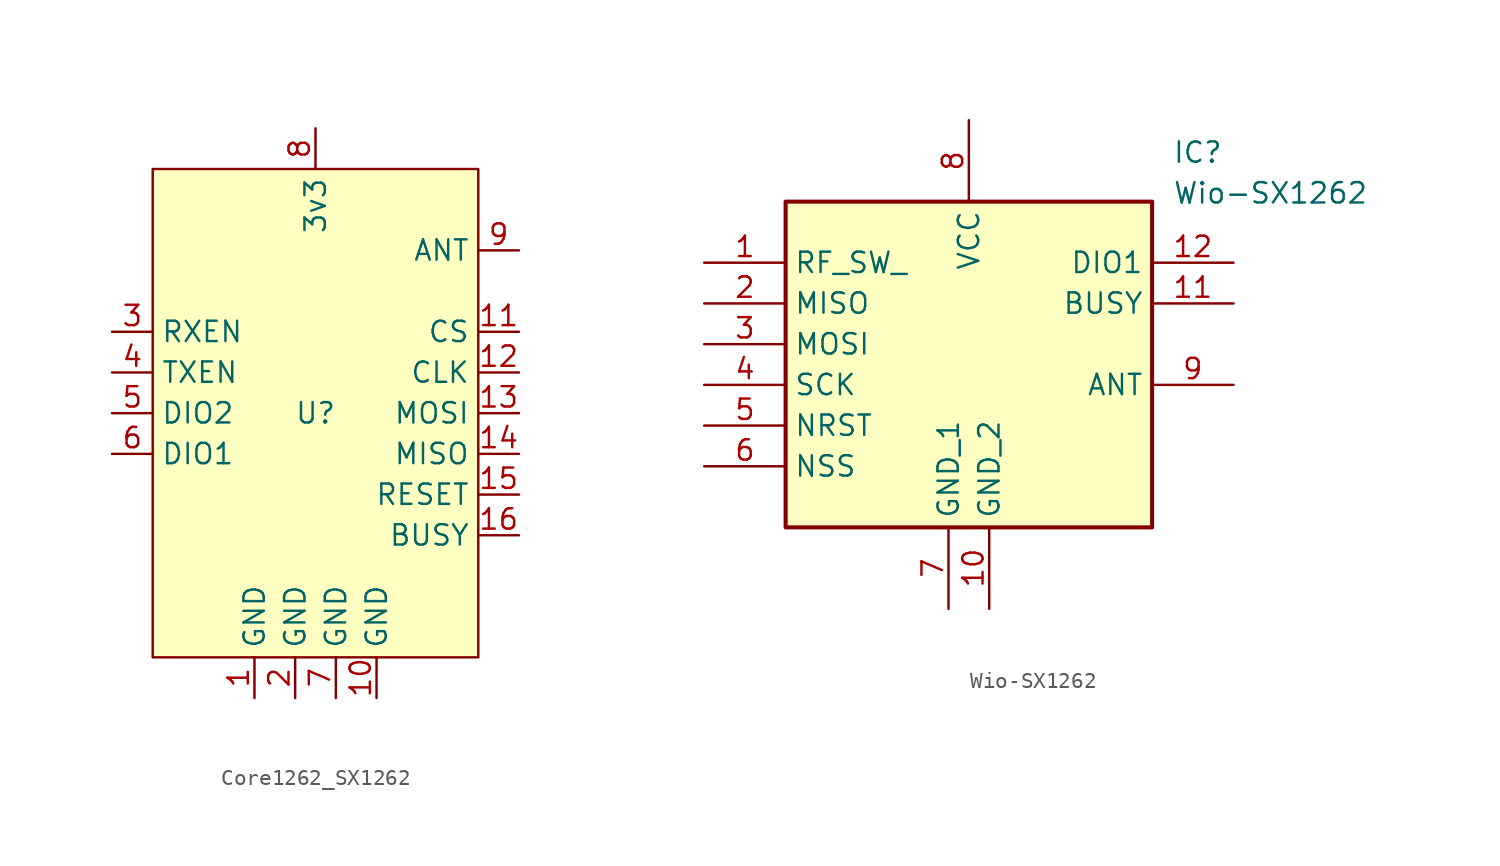
<source format=kicad_sym>
(kicad_symbol_lib
  (version 20241209)
  (generator "kicad_symbol_editor")
  (generator_version "9.0")
  (symbol "Core1262_SX1262"
    (property "Reference" "U"
      (at 0 0 0)
      (effects (font (size 1.27 1.27))))
    (property "Value" ""
      (at 0 0 0)
      (effects (font (size 1.27 1.27))))
    (symbol "Core1262_SX1262_1_1"
      (rectangle (start -10.16 15.24) (end 10.16 -15.24) (stroke (width 0) (type solid)) (fill (type background)))
      (pin input line (at -12.7 5.08 0) (length 2.54) (name "RXEN" (effects (font (size 1.27 1.27)))) (number "3" (effects (font (size 1.27 1.27)))))
      (pin input line (at -12.7 2.54 0) (length 2.54) (name "TXEN" (effects (font (size 1.27 1.27)))) (number "4" (effects (font (size 1.27 1.27)))))
      (pin bidirectional line (at -12.7 0 0) (length 2.54) (name "DIO2" (effects (font (size 1.27 1.27)))) (number "5" (effects (font (size 1.27 1.27)))))
      (pin bidirectional line (at -12.7 -2.54 0) (length 2.54) (name "DIO1" (effects (font (size 1.27 1.27)))) (number "6" (effects (font (size 1.27 1.27)))))
      (pin power_in line (at -3.81 -17.78 90) (length 2.54) (name "GND" (effects (font (size 1.27 1.27)))) (number "1" (effects (font (size 1.27 1.27)))))
      (pin power_in line (at -1.27 -17.78 90) (length 2.54) (name "GND" (effects (font (size 1.27 1.27)))) (number "2" (effects (font (size 1.27 1.27)))))
      (pin power_in line (at 0 17.78 270) (length 2.54) (name "3v3" (effects (font (size 1.27 1.27)))) (number "8" (effects (font (size 1.27 1.27)))))
      (pin power_in line (at 1.27 -17.78 90) (length 2.54) (name "GND" (effects (font (size 1.27 1.27)))) (number "7" (effects (font (size 1.27 1.27)))))
      (pin power_in line (at 3.81 -17.78 90) (length 2.54) (name "GND" (effects (font (size 1.27 1.27)))) (number "10" (effects (font (size 1.27 1.27)))))
      (pin output line (at 12.7 10.16 180) (length 2.54) (name "ANT" (effects (font (size 1.27 1.27)))) (number "9" (effects (font (size 1.27 1.27)))))
      (pin input line (at 12.7 5.08 180) (length 2.54) (name "CS" (effects (font (size 1.27 1.27)))) (number "11" (effects (font (size 1.27 1.27)))))
      (pin input line (at 12.7 2.54 180) (length 2.54) (name "CLK" (effects (font (size 1.27 1.27)))) (number "12" (effects (font (size 1.27 1.27)))))
      (pin input line (at 12.7 0 180) (length 2.54) (name "MOSI" (effects (font (size 1.27 1.27)))) (number "13" (effects (font (size 1.27 1.27)))))
      (pin output line (at 12.7 -2.54 180) (length 2.54) (name "MISO" (effects (font (size 1.27 1.27)))) (number "14" (effects (font (size 1.27 1.27)))))
      (pin input line (at 12.7 -5.08 180) (length 2.54) (name "RESET" (effects (font (size 1.27 1.27)))) (number "15" (effects (font (size 1.27 1.27)))))
      (pin output line (at 12.7 -7.62 180) (length 2.54) (name "BUSY" (effects (font (size 1.27 1.27)))) (number "16" (effects (font (size 1.27 1.27)))))))
  (symbol "Wio-SX1262"
    (property "Reference" "IC"
      (at 29.21 7.62 0)
      (effects (font (size 1.27 1.27)) (justify left top)))
    (property "Value" "Wio-SX1262"
      (at 29.21 5.08 0)
      (effects (font (size 1.27 1.27)) (justify left top)))
    (symbol "Wio-SX1262_1_1"
      (rectangle (start 5.08 3.81) (end 27.94 -16.51) (stroke (width 0.254) (type default)) (fill (type background)))
      (pin passive line (at 0 0 0) (length 5.08) (name "RF_SW_" (effects (font (size 1.27 1.27)))) (number "1" (effects (font (size 1.27 1.27)))))
      (pin passive line (at 0 -2.54 0) (length 5.08) (name "MISO" (effects (font (size 1.27 1.27)))) (number "2" (effects (font (size 1.27 1.27)))))
      (pin passive line (at 0 -5.08 0) (length 5.08) (name "MOSI" (effects (font (size 1.27 1.27)))) (number "3" (effects (font (size 1.27 1.27)))))
      (pin passive line (at 0 -7.62 0) (length 5.08) (name "SCK" (effects (font (size 1.27 1.27)))) (number "4" (effects (font (size 1.27 1.27)))))
      (pin passive line (at 0 -10.16 0) (length 5.08) (name "NRST" (effects (font (size 1.27 1.27)))) (number "5" (effects (font (size 1.27 1.27)))))
      (pin passive line (at 0 -12.7 0) (length 5.08) (name "NSS" (effects (font (size 1.27 1.27)))) (number "6" (effects (font (size 1.27 1.27)))))
      (pin passive line (at 15.24 -21.59 90) (length 5.08) (name "GND_1" (effects (font (size 1.27 1.27)))) (number "7" (effects (font (size 1.27 1.27)))))
      (pin passive line (at 16.51 8.89 270) (length 5.08) (name "VCC" (effects (font (size 1.27 1.27)))) (number "8" (effects (font (size 1.27 1.27)))))
      (pin passive line (at 17.78 -21.59 90) (length 5.08) (name "GND_2" (effects (font (size 1.27 1.27)))) (number "10" (effects (font (size 1.27 1.27)))))
      (pin passive line (at 33.02 0 180) (length 5.08) (name "DIO1" (effects (font (size 1.27 1.27)))) (number "12" (effects (font (size 1.27 1.27)))))
      (pin passive line (at 33.02 -2.54 180) (length 5.08) (name "BUSY" (effects (font (size 1.27 1.27)))) (number "11" (effects (font (size 1.27 1.27)))))
      (pin passive line (at 33.02 -7.62 180) (length 5.08) (name "ANT" (effects (font (size 1.27 1.27)))) (number "9" (effects (font (size 1.27 1.27))))))))
</source>
